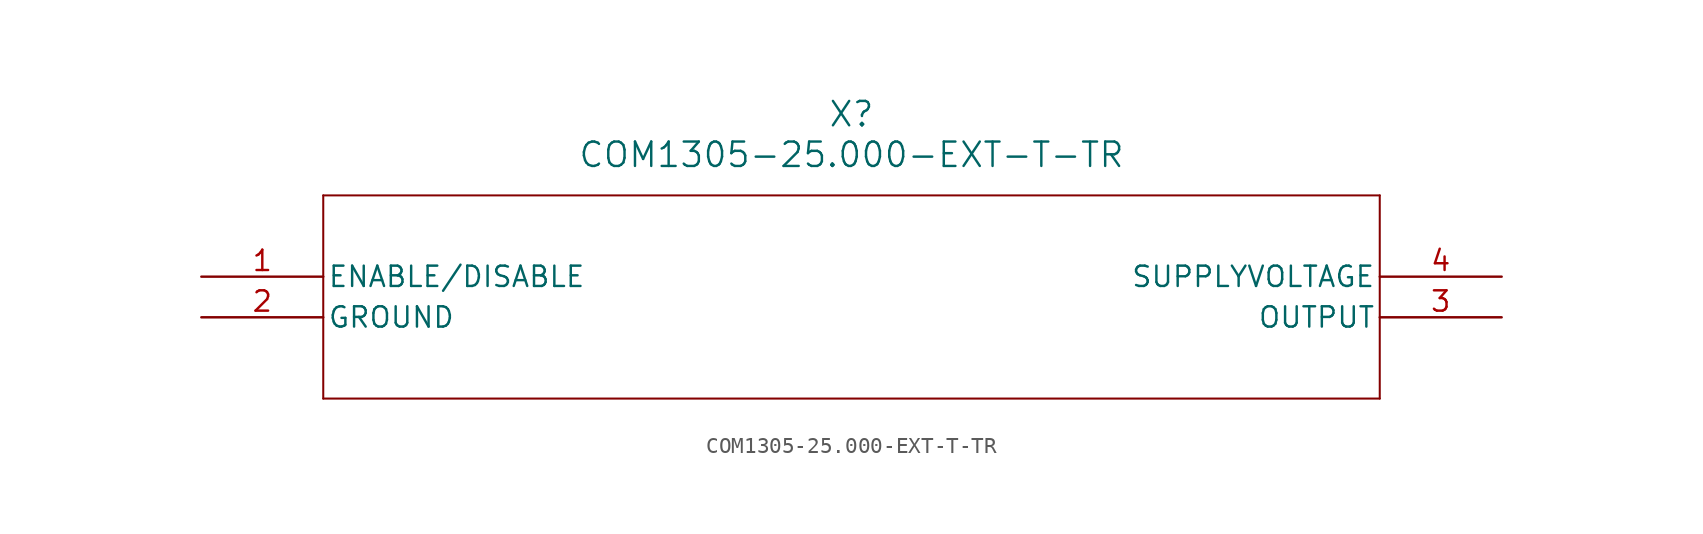
<source format=kicad_sym>
(kicad_symbol_lib
  (version 20211014)
  (generator kicad_symbol_editor)
  (symbol "COM1305-25.000-EXT-T-TR"
    (pin_names
      (offset 0.254))
    (property "Reference" "X"
      (at 40.64 10.16 0)
      (effects (font (size 1.524 1.524))))
    (property "Value" "COM1305-25.000-EXT-T-TR"
      (at 40.64 7.62 0)
      (effects (font (size 1.524 1.524))))
    (symbol "COM1305-25.000-EXT-T-TR_0_1"
      (polyline (pts (xy 7.62 5.08) (xy 7.62 -7.62)) (stroke (width 0.127) (type default) (color 0 0 0 0)) (fill (type none)))
      (polyline (pts (xy 7.62 -7.62) (xy 73.66 -7.62)) (stroke (width 0.127) (type default) (color 0 0 0 0)) (fill (type none)))
      (polyline (pts (xy 73.66 -7.62) (xy 73.66 5.08)) (stroke (width 0.127) (type default) (color 0 0 0 0)) (fill (type none)))
      (polyline (pts (xy 73.66 5.08) (xy 7.62 5.08)) (stroke (width 0.127) (type default) (color 0 0 0 0)) (fill (type none)))
      (pin unspecified line (at 0 0 0) (length 7.62) (name "ENABLE/DISABLE" (effects (font (size 1.27 1.27)))) (number "1" (effects (font (size 1.27 1.27)))))
      (pin power_out line (at 0 -2.54 0) (length 7.62) (name "GROUND" (effects (font (size 1.27 1.27)))) (number "2" (effects (font (size 1.27 1.27)))))
      (pin output line (at 81.28 -2.54 180) (length 7.62) (name "OUTPUT" (effects (font (size 1.27 1.27)))) (number "3" (effects (font (size 1.27 1.27)))))
      (pin unspecified line (at 81.28 0 180) (length 7.62) (name "SUPPLYVOLTAGE" (effects (font (size 1.27 1.27)))) (number "4" (effects (font (size 1.27 1.27))))))))
</source>
